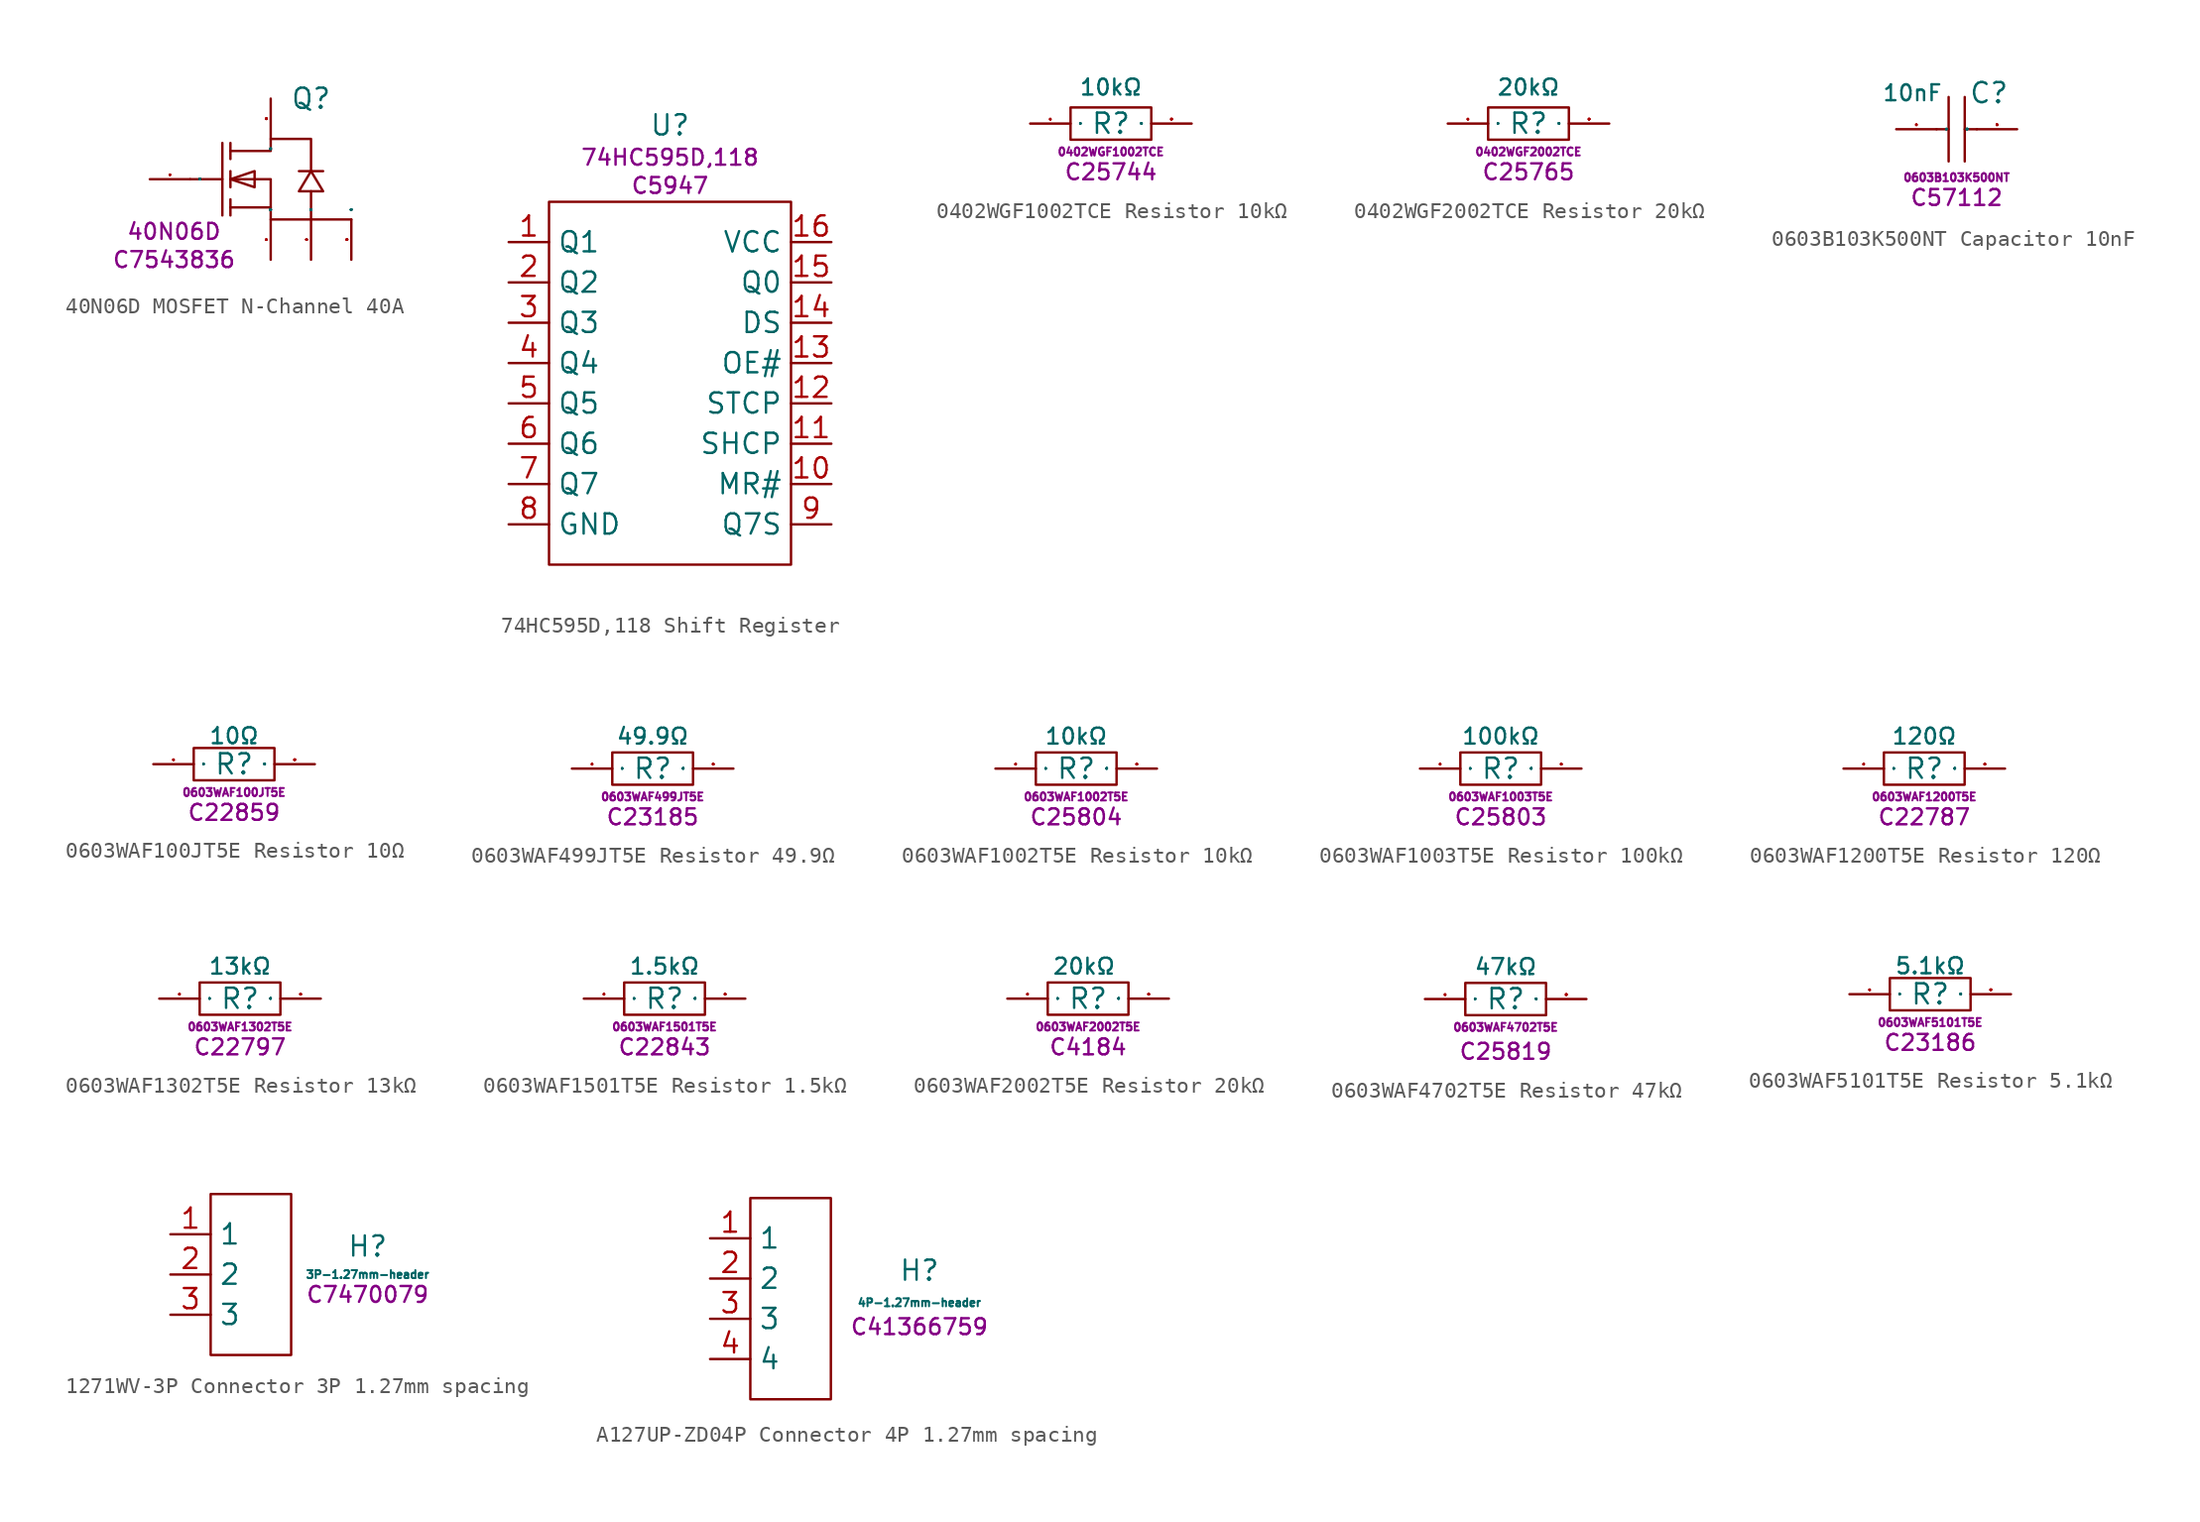
<source format=kicad_sym>
(kicad_symbol_lib
  (version 20241209)
  (generator "kicad_symbol_editor")
  (generator_version "9.0")
  (symbol "40N06D MOSFET N-Channel 40A"
    (property "Reference" "Q"
      (at 2.54 5.08 0)
      (do_not_autoplace)
      (effects (font (size 1.27 1.27))))
    (property "Manufacturer Part" "40N06D"
      (at -6.096 -3.302 0)
      (do_not_autoplace)
      (effects (font (size 1 1))))
    (property "LCSC Part #" "C7543836"
      (at -6.096 -5.08 0)
      (do_not_autoplace)
      (effects (font (size 1 1))))
    (symbol "40N06D MOSFET N-Channel 40A_1_0"
      (polyline (pts (xy -5.08 0) (xy -3.048 0)) (stroke (width 0) (type default)) (fill (type none)))
      (polyline (pts (xy -3.048 2.286) (xy -3.048 -2.286)) (stroke (width 0) (type default)) (fill (type none)))
      (polyline (pts (xy -2.54 2.286) (xy -2.54 1.27)) (stroke (width 0) (type default)) (fill (type none)))
      (polyline (pts (xy -2.54 1.778) (xy 0 1.778) (xy 0 1.778) (xy 0 2.54) (xy 0 2.54) (xy 2.54 2.54) (xy 2.54 2.54) (xy 2.54 2.54) (xy 2.54 2.54) (xy 2.54 0.508)) (stroke (width 0) (type default)) (fill (type none)))
      (polyline (pts (xy -2.54 0) (xy -1.016 -0.508) (xy -1.016 -0.508) (xy -1.016 0.508) (xy -1.016 0.508) (xy -2.54 0)) (stroke (width 0) (type default)) (fill (type none)))
      (polyline (pts (xy -2.54 0) (xy 0 0) (xy 0 0) (xy 0 -2.54) (xy 0 -2.54) (xy 5.08 -2.54) (xy 5.08 -2.54) (xy 2.54 -2.54) (xy 2.54 -2.54) (xy 2.54 -0.762)) (stroke (width 0) (type default)) (fill (type none)))
      (polyline (pts (xy -2.54 -0.508) (xy -2.54 0.508)) (stroke (width 0) (type default)) (fill (type none)))
      (polyline (pts (xy -2.54 -2.286) (xy -2.54 -1.27)) (stroke (width 0) (type default)) (fill (type none)))
      (polyline (pts (xy 0 -1.778) (xy -2.54 -1.778)) (stroke (width 0) (type default)) (fill (type none)))
      (polyline (pts (xy 2.54 0.508) (xy 1.778 -0.762) (xy 1.778 -0.762) (xy 3.302 -0.762) (xy 3.302 -0.762) (xy 2.54 0.508)) (stroke (width 0) (type default)) (fill (type none)))
      (polyline (pts (xy 3.302 0.508) (xy 3.048 0.508) (xy 3.048 0.508) (xy 2.032 0.508) (xy 2.032 0.508) (xy 1.778 0.508)) (stroke (width 0) (type default)) (fill (type none)))
      (pin unspecified line (at -7.62 0 0) (length 2.54) (name "G" (effects (font (size 0.025 0.025)))) (number "4" (effects (font (size 0.025 0.025)))))
      (pin unspecified line (at 0 5.08 270) (length 2.54) (name "D" (effects (font (size 0.025 0.025)))) (number "5" (effects (font (size 0.025 0.025)))))
      (pin unspecified line (at 0 -5.08 90) (length 2.54) (name "S" (effects (font (size 0.025 0.025)))) (number "1" (effects (font (size 0.025 0.025)))))
      (pin unspecified line (at 2.54 -5.08 90) (length 2.54) (name "S" (effects (font (size 0.025 0.025)))) (number "2" (effects (font (size 0.025 0.025)))))
      (pin unspecified line (at 5.08 -5.08 90) (length 2.54) (name "S" (effects (font (size 0.025 0.025)))) (number "3" (effects (font (size 0.025 0.025)))))))
  (symbol "74HC595D,118 Shift Register"
    (property "Reference" "U"
      (at 0 16.256 0)
      (do_not_autoplace)
      (effects (font (size 1.27 1.27))))
    (property "Manufacturer Part" "74HC595D,118"
      (at 0 14.224 0)
      (do_not_autoplace)
      (effects (font (size 1 1))))
    (property "LCSC Part #" "C5947"
      (at 0 12.446 0)
      (do_not_autoplace)
      (effects (font (size 1 1))))
    (symbol "74HC595D,118 Shift Register_1_0"
      (rectangle (start -7.62 11.43) (end 7.62 -11.43) (stroke (width 0) (type default)) (fill (type none)))
      (pin unspecified line (at -10.16 8.89 0) (length 2.54) (name "Q1" (effects (font (size 1.27 1.27)))) (number "1" (effects (font (size 1.27 1.27)))))
      (pin unspecified line (at -10.16 6.35 0) (length 2.54) (name "Q2" (effects (font (size 1.27 1.27)))) (number "2" (effects (font (size 1.27 1.27)))))
      (pin unspecified line (at -10.16 3.81 0) (length 2.54) (name "Q3" (effects (font (size 1.27 1.27)))) (number "3" (effects (font (size 1.27 1.27)))))
      (pin unspecified line (at -10.16 1.27 0) (length 2.54) (name "Q4" (effects (font (size 1.27 1.27)))) (number "4" (effects (font (size 1.27 1.27)))))
      (pin unspecified line (at -10.16 -1.27 0) (length 2.54) (name "Q5" (effects (font (size 1.27 1.27)))) (number "5" (effects (font (size 1.27 1.27)))))
      (pin unspecified line (at -10.16 -3.81 0) (length 2.54) (name "Q6" (effects (font (size 1.27 1.27)))) (number "6" (effects (font (size 1.27 1.27)))))
      (pin unspecified line (at -10.16 -6.35 0) (length 2.54) (name "Q7" (effects (font (size 1.27 1.27)))) (number "7" (effects (font (size 1.27 1.27)))))
      (pin unspecified line (at -10.16 -8.89 0) (length 2.54) (name "GND" (effects (font (size 1.27 1.27)))) (number "8" (effects (font (size 1.27 1.27)))))
      (pin unspecified line (at 10.16 8.89 180) (length 2.54) (name "VCC" (effects (font (size 1.27 1.27)))) (number "16" (effects (font (size 1.27 1.27)))))
      (pin unspecified line (at 10.16 6.35 180) (length 2.54) (name "Q0" (effects (font (size 1.27 1.27)))) (number "15" (effects (font (size 1.27 1.27)))))
      (pin unspecified line (at 10.16 3.81 180) (length 2.54) (name "DS" (effects (font (size 1.27 1.27)))) (number "14" (effects (font (size 1.27 1.27)))))
      (pin unspecified line (at 10.16 1.27 180) (length 2.54) (name "OE#" (effects (font (size 1.27 1.27)))) (number "13" (effects (font (size 1.27 1.27)))))
      (pin unspecified line (at 10.16 -1.27 180) (length 2.54) (name "STCP" (effects (font (size 1.27 1.27)))) (number "12" (effects (font (size 1.27 1.27)))))
      (pin unspecified line (at 10.16 -3.81 180) (length 2.54) (name "SHCP" (effects (font (size 1.27 1.27)))) (number "11" (effects (font (size 1.27 1.27)))))
      (pin unspecified line (at 10.16 -6.35 180) (length 2.54) (name "MR#" (effects (font (size 1.27 1.27)))) (number "10" (effects (font (size 1.27 1.27)))))
      (pin unspecified line (at 10.16 -8.89 180) (length 2.54) (name "Q7S" (effects (font (size 1.27 1.27)))) (number "9" (effects (font (size 1.27 1.27)))))))
  (symbol "0402WGF1002TCE Resistor 10kΩ"
    (property "Reference" "R"
      (at 0 0 0)
      (do_not_autoplace)
      (effects (font (size 1.27 1.27))))
    (property "Value" "10kΩ"
      (at 0 2.286 0)
      (do_not_autoplace)
      (effects (font (size 1 1))))
    (property "Manufacturer Part" "0402WGF1002TCE"
      (at 0 -1.778 0)
      (do_not_autoplace)
      (effects (font (size 0.5 0.5))))
    (property "LCSC Part #" "C25744"
      (at 0 -3.048 0)
      (do_not_autoplace)
      (effects (font (size 1 1))))
    (symbol "0402WGF1002TCE Resistor 10kΩ_1_0"
      (rectangle (start -2.54 1.016) (end 2.54 -1.016) (stroke (width 0) (type default)) (fill (type none)))
      (pin input line (at -5.08 0 0) (length 2.54) (name "1" (effects (font (size 0.025 0.025)))) (number "1" (effects (font (size 0.025 0.025)))))
      (pin input line (at 5.08 0 180) (length 2.54) (name "2" (effects (font (size 0.025 0.025)))) (number "2" (effects (font (size 0.025 0.025)))))))
  (symbol "0402WGF2002TCE Resistor 20kΩ"
    (property "Reference" "R"
      (at 0 0 0)
      (do_not_autoplace)
      (effects (font (size 1.27 1.27))))
    (property "Value" "20kΩ"
      (at 0 2.286 0)
      (do_not_autoplace)
      (effects (font (size 1 1))))
    (property "Manufacturer Part" "0402WGF2002TCE"
      (at 0 -1.778 0)
      (do_not_autoplace)
      (effects (font (size 0.5 0.5))))
    (property "LCSC Part #" "C25765"
      (at 0 -3.048 0)
      (do_not_autoplace)
      (effects (font (size 1 1))))
    (symbol "0402WGF2002TCE Resistor 20kΩ_1_0"
      (rectangle (start -2.54 -1.016) (end 2.54 1.016) (stroke (width 0) (type default)) (fill (type none)))
      (pin input line (at -5.08 0 0) (length 2.54) (name "1" (effects (font (size 0.025 0.025)))) (number "1" (effects (font (size 0.025 0.025)))))
      (pin input line (at 5.08 0 180) (length 2.54) (name "2" (effects (font (size 0.025 0.025)))) (number "2" (effects (font (size 0.025 0.025)))))))
  (symbol "0603B103K500NT Capacitor 10nF"
    (property "Reference" "C"
      (at 2.032 2.286 0)
      (do_not_autoplace)
      (effects (font (size 1.27 1.27))))
    (property "Value" "10nF"
      (at -2.794 2.286 0)
      (do_not_autoplace)
      (effects (font (size 1 1))))
    (property "Manufacturer Part" "0603B103K500NT"
      (at 0 -3.048 0)
      (do_not_autoplace)
      (effects (font (size 0.5 0.5))))
    (property "LCSC Part #" "C57112"
      (at 0 -4.318 0)
      (do_not_autoplace)
      (effects (font (size 1 1))))
    (symbol "0603B103K500NT Capacitor 10nF_1_0"
      (polyline (pts (xy -1.27 0) (xy -0.508 0)) (stroke (width 0) (type default)) (fill (type none)))
      (polyline (pts (xy -0.508 2.032) (xy -0.508 -2.032)) (stroke (width 0) (type default)) (fill (type none)))
      (polyline (pts (xy 0.508 2.032) (xy 0.508 -2.032)) (stroke (width 0) (type default)) (fill (type none)))
      (polyline (pts (xy 0.508 0) (xy 1.27 0)) (stroke (width 0) (type default)) (fill (type none)))
      (pin input line (at -3.81 0 0) (length 2.54) (name "1" (effects (font (size 0.025 0.025)))) (number "1" (effects (font (size 0.025 0.025)))))
      (pin input line (at 3.81 0 180) (length 2.54) (name "2" (effects (font (size 0.025 0.025)))) (number "2" (effects (font (size 0.025 0.025)))))))
  (symbol "0603WAF100JT5E Resistor 10Ω"
    (property "Reference" "R"
      (at 0 0 0)
      (do_not_autoplace)
      (effects (font (size 1.27 1.27))))
    (property "Value" "10Ω"
      (at 0 1.778 0)
      (do_not_autoplace)
      (effects (font (size 1 1))))
    (property "Manufacturer Part" "0603WAF100JT5E"
      (at 0 -1.778 0)
      (do_not_autoplace)
      (effects (font (size 0.5 0.5))))
    (property "LCSC Part #" "C22859"
      (at 0 -3.048 0)
      (do_not_autoplace)
      (effects (font (size 1 1))))
    (symbol "0603WAF100JT5E Resistor 10Ω_1_0"
      (rectangle (start -2.54 -1.016) (end 2.54 1.016) (stroke (width 0) (type default)) (fill (type none)))
      (pin input line (at -5.08 0 0) (length 2.54) (name "1" (effects (font (size 0.025 0.025)))) (number "1" (effects (font (size 0.025 0.025)))))
      (pin input line (at 5.08 0 180) (length 2.54) (name "2" (effects (font (size 0.025 0.025)))) (number "2" (effects (font (size 0.025 0.025)))))))
  (symbol "0603WAF499JT5E Resistor 49.9Ω"
    (property "Reference" "R"
      (at 0 0 0)
      (do_not_autoplace)
      (effects (font (size 1.27 1.27))))
    (property "Value" "49.9Ω"
      (at 0 2.032 0)
      (do_not_autoplace)
      (effects (font (size 1 1))))
    (property "Manufacturer Part" "0603WAF499JT5E"
      (at 0 -1.778 0)
      (do_not_autoplace)
      (effects (font (size 0.5 0.5))))
    (property "LCSC Part #" "C23185"
      (at 0 -3.048 0)
      (do_not_autoplace)
      (effects (font (size 1 1))))
    (symbol "0603WAF499JT5E Resistor 49.9Ω_1_0"
      (rectangle (start -2.54 -1.016) (end 2.54 1.016) (stroke (width 0) (type default)) (fill (type none)))
      (pin input line (at -5.08 0 0) (length 2.54) (name "1" (effects (font (size 0.025 0.025)))) (number "1" (effects (font (size 0.025 0.025)))))
      (pin input line (at 5.08 0 180) (length 2.54) (name "2" (effects (font (size 0.025 0.025)))) (number "2" (effects (font (size 0.025 0.025)))))))
  (symbol "0603WAF1002T5E Resistor 10kΩ"
    (property "Reference" "R"
      (at 0 0 0)
      (do_not_autoplace)
      (effects (font (size 1.27 1.27))))
    (property "Value" "10kΩ"
      (at 0 2.032 0)
      (do_not_autoplace)
      (effects (font (size 1 1))))
    (property "Manufacturer Part" "0603WAF1002T5E"
      (at 0 -1.778 0)
      (do_not_autoplace)
      (effects (font (size 0.5 0.5))))
    (property "LCSC Part #" "C25804"
      (at 0 -3.048 0)
      (do_not_autoplace)
      (effects (font (size 1 1))))
    (symbol "0603WAF1002T5E Resistor 10kΩ_1_0"
      (rectangle (start -2.54 -1.016) (end 2.54 1.016) (stroke (width 0) (type default)) (fill (type none)))
      (pin input line (at -5.08 0 0) (length 2.54) (name "1" (effects (font (size 0.025 0.025)))) (number "1" (effects (font (size 0.025 0.025)))))
      (pin input line (at 5.08 0 180) (length 2.54) (name "2" (effects (font (size 0.025 0.025)))) (number "2" (effects (font (size 0.025 0.025)))))))
  (symbol "0603WAF1003T5E Resistor 100kΩ"
    (property "Reference" "R"
      (at 0 0 0)
      (do_not_autoplace)
      (effects (font (size 1.27 1.27))))
    (property "Value" "100kΩ"
      (at 0 2.032 0)
      (do_not_autoplace)
      (effects (font (size 1 1))))
    (property "Manufacturer Part" "0603WAF1003T5E"
      (at 0 -1.778 0)
      (do_not_autoplace)
      (effects (font (size 0.5 0.5))))
    (property "LCSC Part #" "C25803"
      (at 0 -3.048 0)
      (do_not_autoplace)
      (effects (font (size 1 1))))
    (symbol "0603WAF1003T5E Resistor 100kΩ_1_0"
      (rectangle (start -2.54 -1.016) (end 2.54 1.016) (stroke (width 0) (type default)) (fill (type none)))
      (pin input line (at -5.08 0 0) (length 2.54) (name "1" (effects (font (size 0.025 0.025)))) (number "1" (effects (font (size 0.025 0.025)))))
      (pin input line (at 5.08 0 180) (length 2.54) (name "2" (effects (font (size 0.025 0.025)))) (number "2" (effects (font (size 0.025 0.025)))))))
  (symbol "0603WAF1200T5E Resistor 120Ω"
    (property "Reference" "R"
      (at 0 0 0)
      (do_not_autoplace)
      (effects (font (size 1.27 1.27))))
    (property "Value" "120Ω"
      (at 0 2.032 0)
      (do_not_autoplace)
      (effects (font (size 1 1))))
    (property "Manufacturer Part" "0603WAF1200T5E"
      (at 0 -1.778 0)
      (do_not_autoplace)
      (effects (font (size 0.5 0.5))))
    (property "LCSC Part #" "C22787"
      (at 0 -3.048 0)
      (do_not_autoplace)
      (effects (font (size 1 1))))
    (symbol "0603WAF1200T5E Resistor 120Ω_1_0"
      (rectangle (start -2.54 -1.016) (end 2.54 1.016) (stroke (width 0) (type default)) (fill (type none)))
      (pin input line (at -5.08 0 0) (length 2.54) (name "1" (effects (font (size 0.025 0.025)))) (number "1" (effects (font (size 0.025 0.025)))))
      (pin input line (at 5.08 0 180) (length 2.54) (name "2" (effects (font (size 0.025 0.025)))) (number "2" (effects (font (size 0.025 0.025)))))))
  (symbol "0603WAF1302T5E Resistor 13kΩ"
    (property "Reference" "R"
      (at 0 0 0)
      (do_not_autoplace)
      (effects (font (size 1.27 1.27))))
    (property "Value" "13kΩ"
      (at 0 2.032 0)
      (do_not_autoplace)
      (effects (font (size 1 1))))
    (property "Manufacturer Part" "0603WAF1302T5E"
      (at 0 -1.778 0)
      (do_not_autoplace)
      (effects (font (size 0.5 0.5))))
    (property "LCSC Part #" "C22797"
      (at 0 -3.048 0)
      (do_not_autoplace)
      (effects (font (size 1 1))))
    (symbol "0603WAF1302T5E Resistor 13kΩ_1_0"
      (rectangle (start -2.54 -1.016) (end 2.54 1.016) (stroke (width 0) (type default)) (fill (type none)))
      (pin input line (at -5.08 0 0) (length 2.54) (name "1" (effects (font (size 0.025 0.025)))) (number "1" (effects (font (size 0.025 0.025)))))
      (pin input line (at 5.08 0 180) (length 2.54) (name "2" (effects (font (size 0.025 0.025)))) (number "2" (effects (font (size 0.025 0.025)))))))
  (symbol "0603WAF1501T5E Resistor 1.5kΩ"
    (property "Reference" "R"
      (at 0 0 0)
      (do_not_autoplace)
      (effects (font (size 1.27 1.27))))
    (property "Value" "1.5kΩ"
      (at 0 2.032 0)
      (do_not_autoplace)
      (effects (font (size 1 1))))
    (property "Manufacturer Part" "0603WAF1501T5E"
      (at 0 -1.778 0)
      (do_not_autoplace)
      (effects (font (size 0.5 0.5))))
    (property "LCSC Part #" "C22843"
      (at 0 -3.048 0)
      (do_not_autoplace)
      (effects (font (size 1 1))))
    (symbol "0603WAF1501T5E Resistor 1.5kΩ_1_0"
      (rectangle (start -2.54 -1.016) (end 2.54 1.016) (stroke (width 0) (type default)) (fill (type none)))
      (pin input line (at -5.08 0 0) (length 2.54) (name "1" (effects (font (size 0.025 0.025)))) (number "1" (effects (font (size 0.025 0.025)))))
      (pin input line (at 5.08 0 180) (length 2.54) (name "2" (effects (font (size 0.025 0.025)))) (number "2" (effects (font (size 0.025 0.025)))))))
  (symbol "0603WAF2002T5E Resistor 20kΩ"
    (property "Reference" "R"
      (at 0 0 0)
      (do_not_autoplace)
      (effects (font (size 1.27 1.27))))
    (property "Value" "20kΩ"
      (at -0.254 2.032 0)
      (do_not_autoplace)
      (effects (font (size 1 1))))
    (property "Manufacturer Part" "0603WAF2002T5E"
      (at 0 -1.778 0)
      (do_not_autoplace)
      (effects (font (size 0.5 0.5))))
    (property "LCSC Part #" "C4184"
      (at 0 -3.048 0)
      (do_not_autoplace)
      (effects (font (size 1 1))))
    (symbol "0603WAF2002T5E Resistor 20kΩ_1_0"
      (rectangle (start -2.54 -1.016) (end 2.54 1.016) (stroke (width 0) (type default)) (fill (type none)))
      (pin input line (at -5.08 0 0) (length 2.54) (name "1" (effects (font (size 0.025 0.025)))) (number "1" (effects (font (size 0.025 0.025)))))
      (pin input line (at 5.08 0 180) (length 2.54) (name "2" (effects (font (size 0.025 0.025)))) (number "2" (effects (font (size 0.025 0.025)))))))
  (symbol "0603WAF4702T5E Resistor 47kΩ"
    (property "Reference" "R"
      (at 0 0 0)
      (do_not_autoplace)
      (effects (font (size 1.27 1.27))))
    (property "Value" "47kΩ"
      (at 0 2.032 0)
      (do_not_autoplace)
      (effects (font (size 1 1))))
    (property "Manufacturer Part" "0603WAF4702T5E"
      (at 0 -1.778 0)
      (do_not_autoplace)
      (effects (font (size 0.5 0.5))))
    (property "LCSC Part #" "C25819"
      (at 0 -3.302 0)
      (do_not_autoplace)
      (effects (font (size 1 1))))
    (symbol "0603WAF4702T5E Resistor 47kΩ_1_0"
      (rectangle (start -2.54 -1.016) (end 2.54 1.016) (stroke (width 0) (type default)) (fill (type none)))
      (pin input line (at -5.08 0 0) (length 2.54) (name "1" (effects (font (size 0.025 0.025)))) (number "1" (effects (font (size 0.025 0.025)))))
      (pin input line (at 5.08 0 180) (length 2.54) (name "2" (effects (font (size 0.025 0.025)))) (number "2" (effects (font (size 0.025 0.025)))))))
  (symbol "0603WAF5101T5E Resistor 5.1kΩ"
    (property "Reference" "R"
      (at 0 0 0)
      (do_not_autoplace)
      (effects (font (size 1.27 1.27))))
    (property "Value" "5.1kΩ"
      (at 0 1.778 0)
      (do_not_autoplace)
      (effects (font (size 1 1))))
    (property "Manufacturer Part" "0603WAF5101T5E"
      (at 0 -1.778 0)
      (do_not_autoplace)
      (effects (font (size 0.5 0.5))))
    (property "LCSC Part #" "C23186"
      (at 0 -3.048 0)
      (do_not_autoplace)
      (effects (font (size 1 1))))
    (symbol "0603WAF5101T5E Resistor 5.1kΩ_1_0"
      (rectangle (start -2.54 -1.016) (end 2.54 1.016) (stroke (width 0) (type default)) (fill (type none)))
      (pin input line (at -5.08 0 0) (length 2.54) (name "1" (effects (font (size 0.025 0.025)))) (number "1" (effects (font (size 0.025 0.025)))))
      (pin input line (at 5.08 0 180) (length 2.54) (name "2" (effects (font (size 0.025 0.025)))) (number "2" (effects (font (size 0.025 0.025)))))))
  (symbol "1271WV-3P Connector 3P 1.27mm spacing"
    (property "Reference" "H"
      (at 7.366 1.778 0)
      (do_not_autoplace)
      (effects (font (size 1.27 1.27))))
    (property "Value" "3P-1.27mm-header"
      (at 7.366 0 0)
      (do_not_autoplace)
      (effects (font (size 0.5 0.5))))
    (property "LCSC Part #" "C7470079"
      (at 7.366 -1.27 0)
      (do_not_autoplace)
      (effects (font (size 1 1))))
    (symbol "1271WV-3P Connector 3P 1.27mm spacing_1_0"
      (rectangle (start -2.54 5.08) (end 2.54 -5.08) (stroke (width 0) (type default)) (fill (type none)))
      (pin unspecified line (at -5.08 2.54 0) (length 2.54) (name "1" (effects (font (size 1.27 1.27)))) (number "1" (effects (font (size 1.27 1.27)))))
      (pin unspecified line (at -5.08 0 0) (length 2.54) (name "2" (effects (font (size 1.27 1.27)))) (number "2" (effects (font (size 1.27 1.27)))))
      (pin unspecified line (at -5.08 -2.54 0) (length 2.54) (name "3" (effects (font (size 1.27 1.27)))) (number "3" (effects (font (size 1.27 1.27)))))))
  (symbol "A127UP-ZD04P Connector 4P 1.27mm spacing"
    (property "Reference" "H"
      (at 8.128 1.778 0)
      (do_not_autoplace)
      (effects (font (size 1.27 1.27))))
    (property "Value" "4P-1.27mm-header"
      (at 8.128 -0.254 0)
      (do_not_autoplace)
      (effects (font (size 0.5 0.5))))
    (property "LCSC Part #" "C41366759"
      (at 8.128 -1.778 0)
      (do_not_autoplace)
      (effects (font (size 1 1))))
    (symbol "A127UP-ZD04P Connector 4P 1.27mm spacing_1_0"
      (rectangle (start -2.54 6.35) (end 2.54 -6.35) (stroke (width 0) (type default)) (fill (type none)))
      (pin unspecified line (at -5.08 3.81 0) (length 2.54) (name "1" (effects (font (size 1.27 1.27)))) (number "1" (effects (font (size 1.27 1.27)))))
      (pin unspecified line (at -5.08 1.27 0) (length 2.54) (name "2" (effects (font (size 1.27 1.27)))) (number "2" (effects (font (size 1.27 1.27)))))
      (pin unspecified line (at -5.08 -1.27 0) (length 2.54) (name "3" (effects (font (size 1.27 1.27)))) (number "3" (effects (font (size 1.27 1.27)))))
      (pin unspecified line (at -5.08 -3.81 0) (length 2.54) (name "4" (effects (font (size 1.27 1.27)))) (number "4" (effects (font (size 1.27 1.27))))))))
</source>
